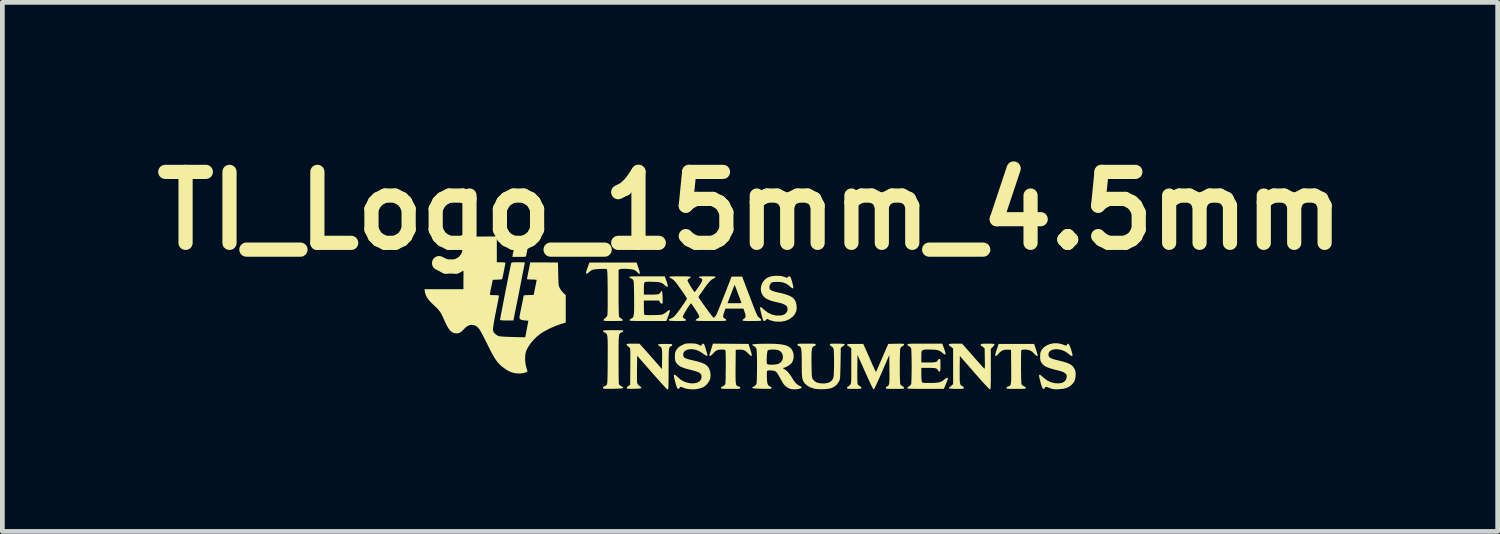
<source format=kicad_pcb>
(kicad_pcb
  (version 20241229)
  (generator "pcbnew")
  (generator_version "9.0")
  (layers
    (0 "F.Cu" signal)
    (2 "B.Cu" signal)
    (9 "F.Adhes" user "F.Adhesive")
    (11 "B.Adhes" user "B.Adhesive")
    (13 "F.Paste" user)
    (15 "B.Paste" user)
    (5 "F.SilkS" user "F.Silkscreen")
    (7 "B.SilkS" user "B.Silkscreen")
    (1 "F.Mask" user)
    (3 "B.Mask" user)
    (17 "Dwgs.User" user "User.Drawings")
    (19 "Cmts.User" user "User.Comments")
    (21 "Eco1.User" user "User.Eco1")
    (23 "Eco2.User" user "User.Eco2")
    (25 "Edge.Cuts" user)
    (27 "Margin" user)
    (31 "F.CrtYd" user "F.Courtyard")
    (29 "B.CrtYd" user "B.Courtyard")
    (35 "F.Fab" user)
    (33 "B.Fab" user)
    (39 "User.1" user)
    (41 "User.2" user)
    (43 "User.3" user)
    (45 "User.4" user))
  (footprint "TI_Logo_15mm_4.5mm"
    (layer "F.Cu")
    (at 12.8 3.563)
    (property "Reference" "TI_Logo_15mm_4.5mm" (at 0 -2.159 0) (layer "F.SilkS") (effects (font (size 1.5 1.5) (thickness 0.3))))
    (attr board_only exclude_from_pos_files exclude_from_bom)
    (fp_poly (pts (xy -4.762 -1.457) (xy -4.72 -1.455) (xy -4.694 -1.452) (xy -4.683 -1.448) (xy -4.683 -1.442) (xy -4.687 -1.425) (xy -4.695 -1.391) (xy -4.704 -1.348) (xy -4.707 -1.331) (xy -4.716 -1.284) (xy -4.724 -1.243) (xy -4.73 -1.215) (xy -4.731 -1.21) (xy -4.734 -1.199) (xy -4.741 -1.192) (xy -4.755 -1.187) (xy -4.781 -1.185) (xy -4.822 -1.184) (xy -4.88 -1.184) (xy -5.024 -1.184) (xy -5.017 -1.215) (xy -5.013 -1.24) (xy -5.005 -1.281) (xy -4.995 -1.329) (xy -4.991 -1.352) (xy -4.971 -1.457) (xy -4.824 -1.457)) (stroke (width 0) (type solid)) (fill yes) (layer "F.SilkS"))
    (fp_poly (pts (xy -4.847 -1.07) (xy -4.803 -1.069) (xy -4.772 -1.068) (xy -4.759 -1.067) (xy -4.759 -1.067) (xy -4.761 -1.054) (xy -4.767 -1.021) (xy -4.776 -0.972) (xy -4.789 -0.91) (xy -4.803 -0.836) (xy -4.819 -0.754) (xy -4.836 -0.666) (xy -4.854 -0.576) (xy -4.871 -0.486) (xy -4.888 -0.4) (xy -4.904 -0.319) (xy -4.919 -0.247) (xy -4.931 -0.186) (xy -4.933 -0.176) (xy -4.948 -0.101) (xy -4.963 -0.031) (xy -4.975 0.03) (xy -4.984 0.078) (xy -4.99 0.11) (xy -4.992 0.117) (xy -4.999 0.159) (xy -5.141 0.159) (xy -5.206 0.159) (xy -5.25 0.156) (xy -5.275 0.152) (xy -5.283 0.146) (xy -5.281 0.132) (xy -5.274 0.097) (xy -5.265 0.046) (xy -5.252 -0.02) (xy -5.237 -0.098) (xy -5.22 -0.186) (xy -5.202 -0.28) (xy -5.183 -0.379) (xy -5.163 -0.48) (xy -5.143 -0.581) (xy -5.124 -0.678) (xy -5.106 -0.769) (xy -5.089 -0.852) (xy -5.074 -0.924) (xy -5.062 -0.983) (xy -5.053 -1.025) (xy -5.049 -1.045) (xy -5.046 -1.055) (xy -5.039 -1.062) (xy -5.024 -1.067) (xy -4.998 -1.069) (xy -4.957 -1.07) (xy -4.901 -1.07)) (stroke (width 0) (type solid)) (fill yes) (layer "F.SilkS"))
    (fp_poly (pts (xy 6.042 0.768) (xy 6.057 0.816) (xy 6.07 0.858) (xy 6.078 0.886) (xy 6.08 0.896) (xy 6.073 0.91) (xy 6.056 0.907) (xy 6.032 0.89) (xy 6.011 0.867) (xy 5.961 0.817) (xy 5.905 0.787) (xy 5.838 0.775) (xy 5.815 0.774) (xy 5.771 0.776) (xy 5.746 0.78) (xy 5.735 0.79) (xy 5.734 0.792) (xy 5.731 0.81) (xy 5.729 0.847) (xy 5.728 0.899) (xy 5.727 0.964) (xy 5.727 1.037) (xy 5.727 1.116) (xy 5.727 1.196) (xy 5.728 1.273) (xy 5.729 1.346) (xy 5.731 1.409) (xy 5.733 1.459) (xy 5.735 1.493) (xy 5.737 1.507) (xy 5.758 1.533) (xy 5.789 1.55) (xy 5.819 1.566) (xy 5.829 1.585) (xy 5.828 1.592) (xy 5.821 1.597) (xy 5.806 1.601) (xy 5.781 1.603) (xy 5.74 1.605) (xy 5.683 1.605) (xy 5.624 1.605) (xy 5.551 1.605) (xy 5.498 1.605) (xy 5.461 1.603) (xy 5.438 1.601) (xy 5.426 1.597) (xy 5.42 1.591) (xy 5.419 1.583) (xy 5.429 1.564) (xy 5.454 1.554) (xy 5.472 1.549) (xy 5.487 1.543) (xy 5.498 1.532) (xy 5.507 1.515) (xy 5.513 1.489) (xy 5.517 1.452) (xy 5.519 1.402) (xy 5.52 1.336) (xy 5.52 1.252) (xy 5.519 1.148) (xy 5.519 1.137) (xy 5.516 0.78) (xy 5.445 0.776) (xy 5.378 0.779) (xy 5.325 0.797) (xy 5.278 0.833) (xy 5.252 0.861) (xy 5.222 0.893) (xy 5.199 0.909) (xy 5.185 0.907) (xy 5.181 0.891) (xy 5.185 0.872) (xy 5.195 0.837) (xy 5.208 0.792) (xy 5.218 0.763) (xy 5.254 0.655) (xy 5.629 0.655) (xy 6.004 0.655)) (stroke (width 0) (type solid)) (fill yes) (layer "F.SilkS"))
    (fp_poly (pts (xy -0.408 0.652) (xy -0.031 0.655) (xy 0.008 0.779) (xy 0.027 0.841) (xy 0.036 0.884) (xy 0.035 0.907) (xy 0.025 0.911) (xy 0.004 0.897) (xy -0.029 0.866) (xy -0.036 0.859) (xy -0.079 0.817) (xy -0.116 0.792) (xy -0.156 0.779) (xy -0.206 0.776) (xy -0.229 0.776) (xy -0.302 0.78) (xy -0.305 1.137) (xy -0.306 1.244) (xy -0.306 1.329) (xy -0.305 1.397) (xy -0.303 1.448) (xy -0.299 1.486) (xy -0.293 1.513) (xy -0.284 1.531) (xy -0.273 1.542) (xy -0.259 1.549) (xy -0.241 1.554) (xy -0.239 1.554) (xy -0.212 1.566) (xy -0.205 1.583) (xy -0.206 1.591) (xy -0.212 1.597) (xy -0.225 1.601) (xy -0.248 1.603) (xy -0.285 1.605) (xy -0.339 1.605) (xy -0.41 1.605) (xy -0.483 1.605) (xy -0.536 1.604) (xy -0.573 1.603) (xy -0.596 1.6) (xy -0.609 1.596) (xy -0.614 1.591) (xy -0.615 1.585) (xy -0.604 1.565) (xy -0.574 1.55) (xy -0.54 1.53) (xy -0.523 1.507) (xy -0.52 1.489) (xy -0.518 1.452) (xy -0.516 1.399) (xy -0.515 1.334) (xy -0.514 1.261) (xy -0.513 1.182) (xy -0.512 1.103) (xy -0.512 1.025) (xy -0.513 0.953) (xy -0.514 0.89) (xy -0.515 0.839) (xy -0.517 0.806) (xy -0.519 0.792) (xy -0.529 0.782) (xy -0.551 0.776) (xy -0.591 0.774) (xy -0.599 0.774) (xy -0.658 0.778) (xy -0.703 0.792) (xy -0.743 0.819) (xy -0.783 0.861) (xy -0.814 0.893) (xy -0.836 0.907) (xy -0.848 0.907) (xy -0.861 0.897) (xy -0.862 0.891) (xy -0.856 0.877) (xy -0.846 0.846) (xy -0.832 0.804) (xy -0.82 0.765) (xy -0.784 0.649)) (stroke (width 0) (type solid)) (fill yes) (layer "F.SilkS"))
    (fp_poly (pts (xy -2.814 0.365) (xy -2.757 0.366) (xy -2.717 0.367) (xy -2.692 0.37) (xy -2.679 0.374) (xy -2.675 0.38) (xy -2.685 0.395) (xy -2.708 0.409) (xy -2.71 0.41) (xy -2.726 0.417) (xy -2.739 0.423) (xy -2.749 0.432) (xy -2.758 0.445) (xy -2.765 0.465) (xy -2.77 0.493) (xy -2.773 0.53) (xy -2.776 0.58) (xy -2.777 0.645) (xy -2.778 0.725) (xy -2.778 0.824) (xy -2.778 0.943) (xy -2.778 0.981) (xy -2.778 1.087) (xy -2.777 1.186) (xy -2.777 1.276) (xy -2.776 1.355) (xy -2.775 1.42) (xy -2.773 1.469) (xy -2.772 1.499) (xy -2.771 1.508) (xy -2.757 1.524) (xy -2.73 1.543) (xy -2.719 1.549) (xy -2.692 1.565) (xy -2.679 1.577) (xy -2.68 1.586) (xy -2.699 1.592) (xy -2.735 1.597) (xy -2.791 1.6) (xy -2.868 1.602) (xy -2.896 1.603) (xy -2.97 1.604) (xy -3.025 1.604) (xy -3.063 1.603) (xy -3.087 1.601) (xy -3.1 1.598) (xy -3.107 1.593) (xy -3.108 1.585) (xy -3.108 1.583) (xy -3.098 1.562) (xy -3.08 1.553) (xy -3.051 1.539) (xy -3.032 1.523) (xy -3.027 1.517) (xy -3.023 1.507) (xy -3.019 1.492) (xy -3.017 1.47) (xy -3.014 1.439) (xy -3.013 1.397) (xy -3.011 1.342) (xy -3.01 1.271) (xy -3.009 1.182) (xy -3.008 1.074) (xy -3.008 1.009) (xy -3.007 0.881) (xy -3.007 0.773) (xy -3.007 0.685) (xy -3.008 0.613) (xy -3.01 0.556) (xy -3.013 0.512) (xy -3.018 0.48) (xy -3.025 0.456) (xy -3.033 0.44) (xy -3.044 0.428) (xy -3.056 0.42) (xy -3.069 0.415) (xy -3.095 0.4) (xy -3.108 0.384) (xy -3.108 0.381) (xy -3.105 0.375) (xy -3.095 0.371) (xy -3.073 0.368) (xy -3.039 0.366) (xy -2.988 0.365) (xy -2.918 0.364) (xy -2.892 0.364)) (stroke (width 0) (type solid)) (fill yes) (layer "F.SilkS"))
    (fp_poly (pts (xy -2.358 -0.953) (xy -2.34 -0.896) (xy -2.33 -0.857) (xy -2.329 -0.835) (xy -2.332 -0.829) (xy -2.345 -0.826) (xy -2.365 -0.842) (xy -2.375 -0.854) (xy -2.406 -0.883) (xy -2.441 -0.905) (xy -2.447 -0.908) (xy -2.479 -0.917) (xy -2.525 -0.924) (xy -2.579 -0.929) (xy -2.634 -0.932) (xy -2.686 -0.932) (xy -2.728 -0.929) (xy -2.753 -0.924) (xy -2.753 -0.923) (xy -2.778 -0.91) (xy -2.778 -0.426) (xy -2.778 -0.295) (xy -2.777 -0.182) (xy -2.775 -0.088) (xy -2.774 -0.014) (xy -2.771 0.04) (xy -2.768 0.071) (xy -2.766 0.08) (xy -2.748 0.101) (xy -2.721 0.12) (xy -2.698 0.136) (xy -2.687 0.153) (xy -2.687 0.154) (xy -2.69 0.16) (xy -2.701 0.165) (xy -2.723 0.168) (xy -2.759 0.169) (xy -2.812 0.17) (xy -2.884 0.171) (xy -2.892 0.171) (xy -2.965 0.171) (xy -3.018 0.17) (xy -3.055 0.168) (xy -3.078 0.166) (xy -3.091 0.162) (xy -3.096 0.156) (xy -3.096 0.151) (xy -3.087 0.132) (xy -3.065 0.111) (xy -3.06 0.108) (xy -3.028 0.077) (xy -3.014 0.048) (xy -3.012 0.029) (xy -3.011 -0.011) (xy -3.009 -0.067) (xy -3.008 -0.139) (xy -3.008 -0.223) (xy -3.008 -0.316) (xy -3.008 -0.416) (xy -3.008 -0.45) (xy -3.009 -0.567) (xy -3.01 -0.663) (xy -3.011 -0.74) (xy -3.013 -0.8) (xy -3.015 -0.846) (xy -3.017 -0.879) (xy -3.02 -0.901) (xy -3.023 -0.915) (xy -3.027 -0.922) (xy -3.028 -0.923) (xy -3.049 -0.929) (xy -3.086 -0.931) (xy -3.134 -0.931) (xy -3.188 -0.929) (xy -3.242 -0.925) (xy -3.289 -0.919) (xy -3.325 -0.912) (xy -3.336 -0.908) (xy -3.37 -0.888) (xy -3.405 -0.861) (xy -3.41 -0.856) (xy -3.438 -0.833) (xy -3.458 -0.829) (xy -3.46 -0.83) (xy -3.465 -0.839) (xy -3.465 -0.856) (xy -3.458 -0.885) (xy -3.443 -0.931) (xy -3.435 -0.952) (xy -3.395 -1.065) (xy -2.896 -1.065) (xy -2.397 -1.065)) (stroke (width 0) (type solid)) (fill yes) (layer "F.SilkS"))
    (fp_poly (pts (xy 4.705 0.903) (xy 4.762 0.968) (xy 4.815 1.028) (xy 4.862 1.08) (xy 4.9 1.123) (xy 4.929 1.154) (xy 4.945 1.171) (xy 4.947 1.173) (xy 4.953 1.177) (xy 4.958 1.175) (xy 4.961 1.164) (xy 4.963 1.142) (xy 4.964 1.106) (xy 4.963 1.053) (xy 4.962 0.98) (xy 4.962 0.969) (xy 4.958 0.749) (xy 4.928 0.723) (xy 4.903 0.704) (xy 4.884 0.693) (xy 4.883 0.692) (xy 4.874 0.679) (xy 4.876 0.668) (xy 4.882 0.66) (xy 4.895 0.655) (xy 4.918 0.651) (xy 4.955 0.65) (xy 5.011 0.649) (xy 5.026 0.649) (xy 5.091 0.65) (xy 5.135 0.652) (xy 5.16 0.658) (xy 5.168 0.669) (xy 5.161 0.685) (xy 5.14 0.709) (xy 5.129 0.721) (xy 5.089 0.761) (xy 5.089 1.189) (xy 5.089 1.299) (xy 5.089 1.388) (xy 5.088 1.459) (xy 5.087 1.514) (xy 5.086 1.554) (xy 5.084 1.582) (xy 5.082 1.601) (xy 5.078 1.611) (xy 5.074 1.615) (xy 5.069 1.616) (xy 5.057 1.607) (xy 5.032 1.583) (xy 4.995 1.544) (xy 4.947 1.493) (xy 4.891 1.431) (xy 4.827 1.359) (xy 4.757 1.28) (xy 4.742 1.262) (xy 4.434 0.91) (xy 4.431 1.197) (xy 4.431 1.291) (xy 4.431 1.366) (xy 4.432 1.423) (xy 4.435 1.466) (xy 4.441 1.496) (xy 4.449 1.518) (xy 4.461 1.532) (xy 4.476 1.543) (xy 4.492 1.551) (xy 4.513 1.567) (xy 4.52 1.584) (xy 4.518 1.593) (xy 4.511 1.599) (xy 4.494 1.602) (xy 4.465 1.604) (xy 4.42 1.605) (xy 4.367 1.605) (xy 4.296 1.604) (xy 4.246 1.602) (xy 4.216 1.597) (xy 4.205 1.592) (xy 4.207 1.576) (xy 4.218 1.566) (xy 4.242 1.549) (xy 4.266 1.529) (xy 4.292 1.504) (xy 4.292 1.129) (xy 4.292 0.753) (xy 4.258 0.725) (xy 4.233 0.705) (xy 4.213 0.693) (xy 4.211 0.692) (xy 4.202 0.679) (xy 4.204 0.668) (xy 4.21 0.66) (xy 4.223 0.654) (xy 4.247 0.651) (xy 4.286 0.649) (xy 4.344 0.649) (xy 4.347 0.649) (xy 4.482 0.649)) (stroke (width 0) (type solid)) (fill yes) (layer "F.SilkS"))
    (fp_poly (pts (xy -2.247 0.749) (xy -2.209 0.791) (xy -2.161 0.845) (xy -2.107 0.906) (xy -2.052 0.969) (xy -2.009 1.017) (xy -1.861 1.186) (xy -1.858 0.994) (xy -1.857 0.911) (xy -1.857 0.847) (xy -1.859 0.799) (xy -1.863 0.765) (xy -1.871 0.741) (xy -1.881 0.724) (xy -1.896 0.711) (xy -1.908 0.704) (xy -1.934 0.686) (xy -1.944 0.674) (xy -1.936 0.664) (xy -1.91 0.659) (xy -1.863 0.656) (xy -1.796 0.655) (xy -1.792 0.655) (xy -1.731 0.655) (xy -1.69 0.656) (xy -1.663 0.659) (xy -1.649 0.664) (xy -1.643 0.671) (xy -1.642 0.674) (xy -1.648 0.692) (xy -1.662 0.7) (xy -1.676 0.705) (xy -1.688 0.713) (xy -1.698 0.724) (xy -1.705 0.741) (xy -1.711 0.767) (xy -1.715 0.803) (xy -1.717 0.852) (xy -1.719 0.916) (xy -1.72 0.997) (xy -1.72 1.098) (xy -1.72 1.173) (xy -1.721 1.268) (xy -1.721 1.356) (xy -1.722 1.435) (xy -1.723 1.501) (xy -1.724 1.553) (xy -1.726 1.587) (xy -1.727 1.601) (xy -1.74 1.615) (xy -1.747 1.617) (xy -1.757 1.608) (xy -1.781 1.585) (xy -1.816 1.547) (xy -1.861 1.498) (xy -1.915 1.439) (xy -1.975 1.371) (xy -2.041 1.298) (xy -2.073 1.261) (xy -2.385 0.904) (xy -2.388 1.172) (xy -2.389 1.25) (xy -2.389 1.323) (xy -2.389 1.386) (xy -2.388 1.435) (xy -2.386 1.468) (xy -2.385 1.477) (xy -2.372 1.51) (xy -2.342 1.538) (xy -2.333 1.545) (xy -2.307 1.565) (xy -2.293 1.581) (xy -2.292 1.587) (xy -2.305 1.593) (xy -2.34 1.598) (xy -2.395 1.601) (xy -2.452 1.603) (xy -2.514 1.604) (xy -2.557 1.604) (xy -2.584 1.602) (xy -2.599 1.599) (xy -2.606 1.593) (xy -2.607 1.586) (xy -2.597 1.567) (xy -2.575 1.546) (xy -2.57 1.542) (xy -2.533 1.519) (xy -2.53 1.15) (xy -2.529 1.059) (xy -2.529 0.975) (xy -2.529 0.9) (xy -2.53 0.838) (xy -2.531 0.791) (xy -2.532 0.762) (xy -2.533 0.755) (xy -2.547 0.732) (xy -2.571 0.711) (xy -2.573 0.71) (xy -2.596 0.691) (xy -2.607 0.671) (xy -2.607 0.669) (xy -2.605 0.661) (xy -2.597 0.655) (xy -2.578 0.651) (xy -2.546 0.65) (xy -2.495 0.649) (xy -2.472 0.649) (xy -2.336 0.649)) (stroke (width 0) (type solid)) (fill yes) (layer "F.SilkS"))
    (fp_poly (pts (xy 0.66 -0.78) (xy 0.711 -0.767) (xy 0.712 -0.767) (xy 0.754 -0.752) (xy 0.779 -0.744) (xy 0.792 -0.743) (xy 0.797 -0.749) (xy 0.797 -0.757) (xy 0.804 -0.77) (xy 0.826 -0.772) (xy 0.827 -0.772) (xy 0.841 -0.769) (xy 0.852 -0.761) (xy 0.862 -0.743) (xy 0.873 -0.712) (xy 0.887 -0.664) (xy 0.891 -0.651) (xy 0.907 -0.589) (xy 0.915 -0.547) (xy 0.913 -0.524) (xy 0.902 -0.518) (xy 0.88 -0.53) (xy 0.848 -0.556) (xy 0.793 -0.6) (xy 0.742 -0.629) (xy 0.687 -0.646) (xy 0.623 -0.654) (xy 0.577 -0.655) (xy 0.525 -0.654) (xy 0.491 -0.653) (xy 0.469 -0.648) (xy 0.454 -0.64) (xy 0.441 -0.627) (xy 0.437 -0.623) (xy 0.415 -0.582) (xy 0.41 -0.546) (xy 0.413 -0.513) (xy 0.426 -0.493) (xy 0.446 -0.479) (xy 0.475 -0.466) (xy 0.517 -0.451) (xy 0.565 -0.439) (xy 0.568 -0.438) (xy 0.675 -0.414) (xy 0.762 -0.389) (xy 0.83 -0.364) (xy 0.883 -0.336) (xy 0.922 -0.305) (xy 0.95 -0.268) (xy 0.969 -0.224) (xy 0.98 -0.179) (xy 0.987 -0.099) (xy 0.975 -0.031) (xy 0.945 0.031) (xy 0.907 0.075) (xy 0.835 0.131) (xy 0.751 0.167) (xy 0.657 0.185) (xy 0.552 0.183) (xy 0.532 0.181) (xy 0.483 0.171) (xy 0.434 0.156) (xy 0.412 0.148) (xy 0.359 0.124) (xy 0.34 0.147) (xy 0.318 0.165) (xy 0.299 0.171) (xy 0.289 0.168) (xy 0.28 0.156) (xy 0.27 0.132) (xy 0.258 0.094) (xy 0.243 0.037) (xy 0.24 0.027) (xy 0.224 -0.039) (xy 0.215 -0.085) (xy 0.212 -0.113) (xy 0.216 -0.125) (xy 0.216 -0.125) (xy 0.23 -0.122) (xy 0.256 -0.105) (xy 0.288 -0.076) (xy 0.292 -0.072) (xy 0.374 -0.008) (xy 0.462 0.034) (xy 0.555 0.055) (xy 0.653 0.054) (xy 0.665 0.052) (xy 0.72 0.035) (xy 0.761 0.004) (xy 0.787 -0.036) (xy 0.795 -0.083) (xy 0.786 -0.125) (xy 0.764 -0.154) (xy 0.725 -0.179) (xy 0.667 -0.202) (xy 0.588 -0.221) (xy 0.586 -0.222) (xy 0.488 -0.245) (xy 0.411 -0.269) (xy 0.352 -0.296) (xy 0.314 -0.321) (xy 0.267 -0.373) (xy 0.238 -0.434) (xy 0.227 -0.499) (xy 0.234 -0.565) (xy 0.256 -0.628) (xy 0.294 -0.685) (xy 0.347 -0.732) (xy 0.406 -0.762) (xy 0.46 -0.776) (xy 0.526 -0.784) (xy 0.596 -0.785)) (stroke (width 0) (type solid)) (fill yes) (layer "F.SilkS"))
    (fp_poly (pts (xy 1.895 0.65) (xy 1.943 0.652) (xy 1.978 0.655) (xy 1.996 0.659) (xy 1.998 0.66) (xy 2 0.668) (xy 1.994 0.678) (xy 1.976 0.694) (xy 1.947 0.716) (xy 1.918 0.738) (xy 1.913 1.066) (xy 1.911 1.162) (xy 1.909 1.237) (xy 1.907 1.296) (xy 1.905 1.34) (xy 1.902 1.373) (xy 1.899 1.398) (xy 1.894 1.417) (xy 1.887 1.434) (xy 1.88 1.449) (xy 1.837 1.512) (xy 1.777 1.562) (xy 1.72 1.589) (xy 1.674 1.6) (xy 1.612 1.608) (xy 1.542 1.612) (xy 1.471 1.612) (xy 1.406 1.608) (xy 1.353 1.6) (xy 1.351 1.599) (xy 1.279 1.575) (xy 1.215 1.54) (xy 1.166 1.499) (xy 1.155 1.486) (xy 1.137 1.461) (xy 1.123 1.435) (xy 1.112 1.407) (xy 1.104 1.372) (xy 1.099 1.328) (xy 1.095 1.271) (xy 1.094 1.2) (xy 1.093 1.109) (xy 1.093 1.068) (xy 1.093 0.968) (xy 1.091 0.888) (xy 1.088 0.826) (xy 1.084 0.78) (xy 1.077 0.747) (xy 1.068 0.724) (xy 1.055 0.71) (xy 1.039 0.702) (xy 1.031 0.699) (xy 1.007 0.686) (xy 1.002 0.67) (xy 1.003 0.663) (xy 1.009 0.657) (xy 1.023 0.653) (xy 1.048 0.651) (xy 1.087 0.649) (xy 1.143 0.649) (xy 1.195 0.649) (xy 1.266 0.649) (xy 1.317 0.65) (xy 1.352 0.651) (xy 1.373 0.654) (xy 1.384 0.658) (xy 1.388 0.665) (xy 1.389 0.67) (xy 1.379 0.691) (xy 1.36 0.699) (xy 1.342 0.706) (xy 1.327 0.717) (xy 1.317 0.736) (xy 1.309 0.764) (xy 1.303 0.805) (xy 1.3 0.859) (xy 1.299 0.931) (xy 1.299 1.021) (xy 1.3 1.074) (xy 1.301 1.163) (xy 1.303 1.233) (xy 1.304 1.285) (xy 1.307 1.324) (xy 1.31 1.352) (xy 1.314 1.372) (xy 1.32 1.387) (xy 1.327 1.4) (xy 1.362 1.442) (xy 1.41 1.47) (xy 1.475 1.486) (xy 1.482 1.487) (xy 1.571 1.491) (xy 1.645 1.479) (xy 1.702 1.453) (xy 1.742 1.412) (xy 1.763 1.361) (xy 1.768 1.333) (xy 1.771 1.286) (xy 1.773 1.226) (xy 1.775 1.157) (xy 1.776 1.082) (xy 1.776 1.006) (xy 1.775 0.933) (xy 1.773 0.867) (xy 1.771 0.812) (xy 1.767 0.772) (xy 1.764 0.754) (xy 1.742 0.72) (xy 1.718 0.704) (xy 1.695 0.687) (xy 1.685 0.669) (xy 1.685 0.669) (xy 1.687 0.661) (xy 1.695 0.655) (xy 1.713 0.652) (xy 1.744 0.65) (xy 1.792 0.649) (xy 1.838 0.649)) (stroke (width 0) (type solid)) (fill yes) (layer "F.SilkS"))
    (fp_poly (pts (xy 6.577 0.656) (xy 6.586 0.66) (xy 6.625 0.673) (xy 6.657 0.685) (xy 6.673 0.69) (xy 6.69 0.687) (xy 6.698 0.672) (xy 6.711 0.652) (xy 6.725 0.651) (xy 6.738 0.663) (xy 6.754 0.693) (xy 6.773 0.736) (xy 6.79 0.788) (xy 6.806 0.845) (xy 6.813 0.874) (xy 6.815 0.902) (xy 6.803 0.911) (xy 6.779 0.903) (xy 6.744 0.876) (xy 6.739 0.871) (xy 6.664 0.817) (xy 6.581 0.782) (xy 6.495 0.767) (xy 6.435 0.768) (xy 6.376 0.783) (xy 6.334 0.81) (xy 6.311 0.848) (xy 6.307 0.877) (xy 6.309 0.904) (xy 6.318 0.926) (xy 6.335 0.944) (xy 6.364 0.96) (xy 6.408 0.976) (xy 6.469 0.993) (xy 6.528 1.007) (xy 6.62 1.03) (xy 6.692 1.053) (xy 6.748 1.076) (xy 6.79 1.102) (xy 6.823 1.131) (xy 6.848 1.166) (xy 6.85 1.17) (xy 6.867 1.202) (xy 6.877 1.233) (xy 6.881 1.27) (xy 6.882 1.309) (xy 6.875 1.383) (xy 6.856 1.443) (xy 6.82 1.495) (xy 6.785 1.529) (xy 6.735 1.565) (xy 6.678 1.589) (xy 6.61 1.605) (xy 6.525 1.612) (xy 6.524 1.613) (xy 6.468 1.614) (xy 6.426 1.612) (xy 6.39 1.606) (xy 6.35 1.594) (xy 6.336 1.589) (xy 6.291 1.573) (xy 6.263 1.564) (xy 6.247 1.563) (xy 6.239 1.567) (xy 6.235 1.578) (xy 6.233 1.583) (xy 6.218 1.602) (xy 6.201 1.603) (xy 6.19 1.599) (xy 6.18 1.587) (xy 6.17 1.565) (xy 6.157 1.528) (xy 6.141 1.473) (xy 6.138 1.46) (xy 6.12 1.391) (xy 6.11 1.343) (xy 6.109 1.315) (xy 6.117 1.304) (xy 6.136 1.311) (xy 6.165 1.334) (xy 6.198 1.363) (xy 6.273 1.423) (xy 6.352 1.462) (xy 6.44 1.484) (xy 6.465 1.487) (xy 6.54 1.488) (xy 6.603 1.474) (xy 6.65 1.446) (xy 6.68 1.405) (xy 6.691 1.363) (xy 6.693 1.329) (xy 6.688 1.306) (xy 6.671 1.285) (xy 6.662 1.277) (xy 6.644 1.263) (xy 6.62 1.25) (xy 6.586 1.237) (xy 6.538 1.223) (xy 6.472 1.206) (xy 6.461 1.204) (xy 6.373 1.18) (xy 6.304 1.158) (xy 6.25 1.135) (xy 6.21 1.109) (xy 6.179 1.079) (xy 6.162 1.056) (xy 6.145 1.028) (xy 6.136 1.001) (xy 6.132 0.967) (xy 6.131 0.922) (xy 6.132 0.874) (xy 6.137 0.84) (xy 6.147 0.811) (xy 6.165 0.779) (xy 6.209 0.727) (xy 6.27 0.686) (xy 6.341 0.657) (xy 6.419 0.641) (xy 6.499 0.641)) (stroke (width 0) (type solid)) (fill yes) (layer "F.SilkS"))
    (fp_poly (pts (xy -1.765 -0.671) (xy -1.746 -0.612) (xy -1.738 -0.573) (xy -1.74 -0.553) (xy -1.754 -0.552) (xy -1.78 -0.568) (xy -1.793 -0.579) (xy -1.827 -0.608) (xy -1.859 -0.628) (xy -1.892 -0.642) (xy -1.932 -0.65) (xy -1.984 -0.655) (xy -2.053 -0.658) (xy -2.058 -0.658) (xy -2.129 -0.659) (xy -2.179 -0.658) (xy -2.21 -0.655) (xy -2.226 -0.649) (xy -2.234 -0.636) (xy -2.239 -0.613) (xy -2.242 -0.574) (xy -2.243 -0.517) (xy -2.243 -0.511) (xy -2.243 -0.387) (xy -2.103 -0.387) (xy -2.034 -0.388) (xy -1.983 -0.39) (xy -1.948 -0.394) (xy -1.925 -0.402) (xy -1.909 -0.413) (xy -1.897 -0.43) (xy -1.894 -0.435) (xy -1.879 -0.459) (xy -1.867 -0.465) (xy -1.858 -0.451) (xy -1.852 -0.417) (xy -1.848 -0.361) (xy -1.847 -0.326) (xy -1.846 -0.269) (xy -1.846 -0.232) (xy -1.848 -0.209) (xy -1.853 -0.197) (xy -1.86 -0.194) (xy -1.864 -0.194) (xy -1.883 -0.203) (xy -1.902 -0.225) (xy -1.904 -0.228) (xy -1.923 -0.262) (xy -2.083 -0.262) (xy -2.243 -0.262) (xy -2.243 -0.115) (xy -2.242 -0.059) (xy -2.24 -0.012) (xy -2.237 0.022) (xy -2.234 0.038) (xy -2.233 0.039) (xy -2.216 0.042) (xy -2.181 0.045) (xy -2.134 0.046) (xy -2.078 0.046) (xy -2.02 0.045) (xy -1.963 0.044) (xy -1.914 0.041) (xy -1.877 0.038) (xy -1.859 0.035) (xy -1.825 0.02) (xy -1.786 -0.004) (xy -1.76 -0.024) (xy -1.726 -0.052) (xy -1.704 -0.062) (xy -1.694 -0.056) (xy -1.695 -0.032) (xy -1.708 0.012) (xy -1.726 0.061) (xy -1.768 0.171) (xy -2.159 0.171) (xy -2.265 0.171) (xy -2.35 0.17) (xy -2.417 0.17) (xy -2.468 0.168) (xy -2.504 0.167) (xy -2.528 0.164) (xy -2.543 0.161) (xy -2.549 0.157) (xy -2.55 0.154) (xy -2.541 0.139) (xy -2.517 0.123) (xy -2.511 0.121) (xy -2.494 0.112) (xy -2.48 0.101) (xy -2.47 0.086) (xy -2.461 0.063) (xy -2.456 0.031) (xy -2.452 -0.013) (xy -2.449 -0.07) (xy -2.449 -0.144) (xy -2.449 -0.237) (xy -2.45 -0.332) (xy -2.451 -0.431) (xy -2.452 -0.51) (xy -2.454 -0.571) (xy -2.455 -0.617) (xy -2.458 -0.65) (xy -2.461 -0.673) (xy -2.465 -0.688) (xy -2.47 -0.698) (xy -2.474 -0.704) (xy -2.501 -0.724) (xy -2.523 -0.734) (xy -2.544 -0.745) (xy -2.55 -0.757) (xy -2.548 -0.762) (xy -2.539 -0.766) (xy -2.521 -0.769) (xy -2.493 -0.771) (xy -2.451 -0.772) (xy -2.394 -0.773) (xy -2.32 -0.774) (xy -2.226 -0.774) (xy -2.176 -0.774) (xy -1.802 -0.774)) (stroke (width 0) (type solid)) (fill yes) (layer "F.SilkS"))
    (fp_poly (pts (xy -1.197 0.645) (xy -1.156 0.649) (xy -1.124 0.656) (xy -1.094 0.669) (xy -1.094 0.669) (xy -1.058 0.686) (xy -1.038 0.693) (xy -1.027 0.689) (xy -1.02 0.675) (xy -1.019 0.672) (xy -1.004 0.653) (xy -0.99 0.649) (xy -0.977 0.654) (xy -0.966 0.671) (xy -0.953 0.704) (xy -0.945 0.731) (xy -0.932 0.777) (xy -0.919 0.818) (xy -0.91 0.846) (xy -0.91 0.847) (xy -0.9 0.885) (xy -0.901 0.905) (xy -0.914 0.908) (xy -0.941 0.895) (xy -0.982 0.867) (xy -1.063 0.814) (xy -1.14 0.781) (xy -1.215 0.766) (xy -1.284 0.768) (xy -1.342 0.783) (xy -1.384 0.809) (xy -1.407 0.846) (xy -1.412 0.875) (xy -1.409 0.906) (xy -1.404 0.927) (xy -1.403 0.929) (xy -1.379 0.949) (xy -1.335 0.969) (xy -1.269 0.988) (xy -1.213 1.001) (xy -1.112 1.025) (xy -1.031 1.05) (xy -0.968 1.076) (xy -0.92 1.106) (xy -0.886 1.141) (xy -0.865 1.174) (xy -0.842 1.238) (xy -0.833 1.311) (xy -0.839 1.381) (xy -0.842 1.394) (xy -0.864 1.442) (xy -0.898 1.492) (xy -0.94 1.536) (xy -0.982 1.567) (xy -0.983 1.568) (xy -1.057 1.595) (xy -1.142 1.612) (xy -1.233 1.615) (xy -1.321 1.606) (xy -1.353 1.599) (xy -1.391 1.588) (xy -1.422 1.576) (xy -1.434 1.571) (xy -1.462 1.561) (xy -1.478 1.567) (xy -1.486 1.583) (xy -1.501 1.602) (xy -1.518 1.603) (xy -1.529 1.599) (xy -1.539 1.587) (xy -1.549 1.565) (xy -1.561 1.529) (xy -1.576 1.474) (xy -1.581 1.459) (xy -1.598 1.391) (xy -1.608 1.343) (xy -1.609 1.315) (xy -1.601 1.304) (xy -1.584 1.309) (xy -1.556 1.33) (xy -1.534 1.35) (xy -1.478 1.4) (xy -1.426 1.435) (xy -1.374 1.459) (xy -1.326 1.474) (xy -1.249 1.488) (xy -1.178 1.487) (xy -1.118 1.474) (xy -1.071 1.449) (xy -1.039 1.413) (xy -1.025 1.368) (xy -1.025 1.357) (xy -1.026 1.326) (xy -1.034 1.301) (xy -1.049 1.28) (xy -1.074 1.261) (xy -1.112 1.244) (xy -1.166 1.227) (xy -1.237 1.208) (xy -1.307 1.19) (xy -1.393 1.166) (xy -1.459 1.14) (xy -1.51 1.108) (xy -1.547 1.07) (xy -1.557 1.056) (xy -1.574 1.028) (xy -1.583 1.001) (xy -1.587 0.967) (xy -1.588 0.922) (xy -1.587 0.874) (xy -1.582 0.84) (xy -1.572 0.812) (xy -1.554 0.779) (xy -1.554 0.779) (xy -1.529 0.745) (xy -1.5 0.718) (xy -1.46 0.693) (xy -1.441 0.683) (xy -1.403 0.664) (xy -1.372 0.653) (xy -1.341 0.646) (xy -1.302 0.644) (xy -1.254 0.644)) (stroke (width 0) (type solid)) (fill yes) (layer "F.SilkS"))
    (fp_poly (pts (xy 4.103 0.76) (xy 4.123 0.818) (xy 4.132 0.857) (xy 4.13 0.877) (xy 4.117 0.88) (xy 4.093 0.865) (xy 4.077 0.852) (xy 4.04 0.822) (xy 4.005 0.801) (xy 3.965 0.787) (xy 3.916 0.779) (xy 3.853 0.775) (xy 3.794 0.774) (xy 3.728 0.774) (xy 3.681 0.777) (xy 3.65 0.785) (xy 3.632 0.801) (xy 3.623 0.829) (xy 3.621 0.871) (xy 3.62 0.931) (xy 3.62 0.933) (xy 3.62 1.047) (xy 3.76 1.047) (xy 3.829 1.047) (xy 3.88 1.045) (xy 3.915 1.04) (xy 3.939 1.033) (xy 3.954 1.021) (xy 3.966 1.005) (xy 3.969 1) (xy 3.988 0.975) (xy 4.005 0.97) (xy 4.014 0.974) (xy 4.019 0.986) (xy 4.023 1.008) (xy 4.024 1.046) (xy 4.025 1.102) (xy 4.025 1.104) (xy 4.024 1.161) (xy 4.023 1.199) (xy 4.019 1.222) (xy 4.014 1.234) (xy 4.006 1.239) (xy 4.005 1.239) (xy 3.986 1.232) (xy 3.969 1.209) (xy 3.958 1.191) (xy 3.944 1.178) (xy 3.922 1.17) (xy 3.891 1.165) (xy 3.845 1.162) (xy 3.78 1.161) (xy 3.76 1.161) (xy 3.62 1.161) (xy 3.62 1.299) (xy 3.621 1.354) (xy 3.624 1.403) (xy 3.628 1.439) (xy 3.632 1.458) (xy 3.639 1.467) (xy 3.65 1.473) (xy 3.669 1.477) (xy 3.701 1.479) (xy 3.748 1.48) (xy 3.798 1.48) (xy 3.881 1.479) (xy 3.946 1.475) (xy 3.996 1.467) (xy 4.036 1.454) (xy 4.071 1.436) (xy 4.103 1.41) (xy 4.104 1.409) (xy 4.137 1.384) (xy 4.162 1.371) (xy 4.173 1.37) (xy 4.179 1.374) (xy 4.182 1.381) (xy 4.18 1.395) (xy 4.173 1.418) (xy 4.159 1.454) (xy 4.137 1.506) (xy 4.121 1.546) (xy 4.096 1.605) (xy 3.71 1.605) (xy 3.606 1.605) (xy 3.523 1.605) (xy 3.457 1.604) (xy 3.408 1.603) (xy 3.373 1.602) (xy 3.349 1.6) (xy 3.335 1.597) (xy 3.327 1.593) (xy 3.325 1.588) (xy 3.324 1.585) (xy 3.335 1.566) (xy 3.358 1.552) (xy 3.388 1.532) (xy 3.404 1.509) (xy 3.407 1.489) (xy 3.41 1.448) (xy 3.412 1.39) (xy 3.414 1.315) (xy 3.415 1.227) (xy 3.416 1.127) (xy 3.416 1.127) (xy 3.415 1.028) (xy 3.414 0.939) (xy 3.412 0.865) (xy 3.41 0.806) (xy 3.407 0.766) (xy 3.404 0.745) (xy 3.404 0.745) (xy 3.384 0.718) (xy 3.358 0.702) (xy 3.333 0.687) (xy 3.324 0.669) (xy 3.326 0.664) (xy 3.331 0.659) (xy 3.342 0.656) (xy 3.362 0.653) (xy 3.392 0.651) (xy 3.436 0.65) (xy 3.495 0.649) (xy 3.571 0.649) (xy 3.668 0.649) (xy 3.693 0.649) (xy 4.062 0.649)) (stroke (width 0) (type solid)) (fill yes) (layer "F.SilkS"))
    (fp_poly (pts (xy 0.537 0.654) (xy 0.628 0.661) (xy 0.702 0.672) (xy 0.762 0.687) (xy 0.81 0.708) (xy 0.848 0.734) (xy 0.878 0.766) (xy 0.885 0.776) (xy 0.912 0.834) (xy 0.923 0.9) (xy 0.919 0.966) (xy 0.899 1.027) (xy 0.873 1.067) (xy 0.841 1.096) (xy 0.798 1.124) (xy 0.753 1.147) (xy 0.714 1.16) (xy 0.7 1.161) (xy 0.694 1.166) (xy 0.709 1.179) (xy 0.735 1.194) (xy 0.777 1.225) (xy 0.819 1.27) (xy 0.864 1.332) (xy 0.913 1.412) (xy 0.963 1.48) (xy 1.02 1.527) (xy 1.05 1.542) (xy 1.077 1.556) (xy 1.092 1.569) (xy 1.093 1.572) (xy 1.082 1.587) (xy 1.055 1.6) (xy 1.014 1.609) (xy 0.967 1.614) (xy 0.918 1.615) (xy 0.873 1.61) (xy 0.851 1.605) (xy 0.797 1.581) (xy 0.747 1.546) (xy 0.715 1.511) (xy 0.698 1.486) (xy 0.675 1.447) (xy 0.649 1.399) (xy 0.632 1.368) (xy 0.605 1.321) (xy 0.579 1.28) (xy 0.557 1.25) (xy 0.546 1.239) (xy 0.521 1.227) (xy 0.484 1.219) (xy 0.443 1.214) (xy 0.404 1.214) (xy 0.374 1.218) (xy 0.359 1.227) (xy 0.359 1.227) (xy 0.357 1.244) (xy 0.356 1.278) (xy 0.356 1.324) (xy 0.356 1.364) (xy 0.36 1.435) (xy 0.367 1.487) (xy 0.381 1.522) (xy 0.401 1.544) (xy 0.427 1.555) (xy 0.45 1.569) (xy 0.455 1.584) (xy 0.454 1.592) (xy 0.449 1.597) (xy 0.436 1.601) (xy 0.413 1.603) (xy 0.376 1.604) (xy 0.322 1.604) (xy 0.254 1.603) (xy 0.172 1.601) (xy 0.112 1.598) (xy 0.071 1.593) (xy 0.05 1.586) (xy 0.046 1.577) (xy 0.059 1.566) (xy 0.084 1.552) (xy 0.12 1.526) (xy 0.136 1.499) (xy 0.14 1.478) (xy 0.142 1.437) (xy 0.145 1.381) (xy 0.146 1.313) (xy 0.147 1.237) (xy 0.148 1.156) (xy 0.148 1.074) (xy 0.147 0.994) (xy 0.147 0.994) (xy 0.352 0.994) (xy 0.352 1.037) (xy 0.355 1.068) (xy 0.357 1.076) (xy 0.372 1.086) (xy 0.403 1.092) (xy 0.446 1.094) (xy 0.494 1.093) (xy 0.543 1.088) (xy 0.585 1.08) (xy 0.61 1.071) (xy 0.654 1.041) (xy 0.682 0.998) (xy 0.695 0.949) (xy 0.693 0.898) (xy 0.676 0.851) (xy 0.643 0.812) (xy 0.608 0.79) (xy 0.573 0.78) (xy 0.528 0.775) (xy 0.479 0.774) (xy 0.433 0.776) (xy 0.396 0.782) (xy 0.375 0.792) (xy 0.374 0.793) (xy 0.368 0.811) (xy 0.362 0.846) (xy 0.357 0.892) (xy 0.354 0.943) (xy 0.352 0.994) (xy 0.147 0.994) (xy 0.146 0.92) (xy 0.144 0.856) (xy 0.141 0.806) (xy 0.138 0.772) (xy 0.137 0.762) (xy 0.12 0.728) (xy 0.089 0.704) (xy 0.085 0.702) (xy 0.059 0.688) (xy 0.046 0.677) (xy 0.049 0.669) (xy 0.067 0.663) (xy 0.103 0.658) (xy 0.158 0.655) (xy 0.233 0.652) (xy 0.297 0.651) (xy 0.427 0.651)) (stroke (width 0) (type solid)) (fill yes) (layer "F.SilkS"))
    (fp_poly (pts (xy 3.229 0.652) (xy 3.246 0.655) (xy 3.254 0.66) (xy 3.256 0.668) (xy 3.256 0.669) (xy 3.246 0.688) (xy 3.222 0.702) (xy 3.193 0.722) (xy 3.177 0.745) (xy 3.173 0.765) (xy 3.171 0.804) (xy 3.169 0.858) (xy 3.167 0.925) (xy 3.166 1.001) (xy 3.165 1.082) (xy 3.165 1.165) (xy 3.166 1.246) (xy 3.166 1.322) (xy 3.168 1.39) (xy 3.17 1.445) (xy 3.172 1.485) (xy 3.175 1.505) (xy 3.175 1.506) (xy 3.193 1.53) (xy 3.221 1.548) (xy 3.221 1.548) (xy 3.248 1.565) (xy 3.256 1.584) (xy 3.255 1.592) (xy 3.249 1.597) (xy 3.235 1.601) (xy 3.21 1.604) (xy 3.17 1.605) (xy 3.114 1.605) (xy 3.063 1.605) (xy 2.992 1.605) (xy 2.941 1.605) (xy 2.906 1.603) (xy 2.885 1.6) (xy 2.874 1.596) (xy 2.87 1.59) (xy 2.869 1.583) (xy 2.879 1.562) (xy 2.892 1.554) (xy 2.908 1.548) (xy 2.921 1.538) (xy 2.931 1.524) (xy 2.938 1.502) (xy 2.943 1.469) (xy 2.946 1.423) (xy 2.947 1.362) (xy 2.947 1.283) (xy 2.946 1.192) (xy 2.943 0.89) (xy 2.881 1.034) (xy 2.821 1.173) (xy 2.77 1.291) (xy 2.726 1.39) (xy 2.69 1.47) (xy 2.661 1.532) (xy 2.639 1.576) (xy 2.624 1.604) (xy 2.614 1.616) (xy 2.613 1.617) (xy 2.604 1.607) (xy 2.588 1.579) (xy 2.566 1.536) (xy 2.539 1.48) (xy 2.509 1.415) (xy 2.488 1.369) (xy 2.453 1.291) (xy 2.417 1.212) (xy 2.384 1.136) (xy 2.354 1.07) (xy 2.331 1.018) (xy 2.324 1.004) (xy 2.271 0.886) (xy 2.268 1.169) (xy 2.267 1.249) (xy 2.267 1.323) (xy 2.268 1.388) (xy 2.269 1.441) (xy 2.27 1.476) (xy 2.271 1.489) (xy 2.283 1.52) (xy 2.31 1.541) (xy 2.317 1.545) (xy 2.345 1.564) (xy 2.357 1.583) (xy 2.357 1.585) (xy 2.355 1.593) (xy 2.347 1.599) (xy 2.331 1.602) (xy 2.301 1.604) (xy 2.255 1.605) (xy 2.203 1.605) (xy 2.141 1.605) (xy 2.099 1.604) (xy 2.072 1.602) (xy 2.057 1.598) (xy 2.051 1.592) (xy 2.049 1.583) (xy 2.059 1.562) (xy 2.072 1.554) (xy 2.095 1.54) (xy 2.117 1.518) (xy 2.124 1.509) (xy 2.129 1.498) (xy 2.133 1.483) (xy 2.136 1.461) (xy 2.138 1.43) (xy 2.139 1.388) (xy 2.14 1.331) (xy 2.14 1.257) (xy 2.14 1.164) (xy 2.14 1.119) (xy 2.14 0.75) (xy 2.112 0.722) (xy 2.088 0.703) (xy 2.067 0.695) (xy 2.066 0.694) (xy 2.052 0.686) (xy 2.051 0.675) (xy 2.055 0.667) (xy 2.064 0.661) (xy 2.083 0.658) (xy 2.114 0.656) (xy 2.161 0.655) (xy 2.224 0.655) (xy 2.393 0.655) (xy 2.449 0.78) (xy 2.475 0.837) (xy 2.506 0.907) (xy 2.539 0.982) (xy 2.571 1.055) (xy 2.581 1.078) (xy 2.607 1.135) (xy 2.629 1.184) (xy 2.647 1.221) (xy 2.658 1.243) (xy 2.662 1.247) (xy 2.668 1.235) (xy 2.683 1.202) (xy 2.707 1.148) (xy 2.739 1.073) (xy 2.781 0.978) (xy 2.831 0.862) (xy 2.879 0.751) (xy 2.921 0.655) (xy 3.088 0.651) (xy 3.153 0.65) (xy 3.199 0.65)) (stroke (width 0) (type solid)) (fill yes) (layer "F.SilkS"))
    (fp_poly (pts (xy -5.351 -1.344) (xy -5.351 -1.07) (xy -5.26 -1.07) (xy -5.218 -1.069) (xy -5.186 -1.066) (xy -5.17 -1.062) (xy -5.169 -1.061) (xy -5.171 -1.047) (xy -5.176 -1.016) (xy -5.185 -0.973) (xy -5.194 -0.921) (xy -5.205 -0.867) (xy -5.215 -0.814) (xy -5.225 -0.768) (xy -5.232 -0.733) (xy -5.232 -0.732) (xy -5.236 -0.72) (xy -5.246 -0.712) (xy -5.266 -0.707) (xy -5.3 -0.705) (xy -5.337 -0.703) (xy -5.436 -0.7) (xy -5.467 -0.552) (xy -5.479 -0.496) (xy -5.488 -0.448) (xy -5.495 -0.411) (xy -5.498 -0.391) (xy -5.499 -0.39) (xy -5.491 -0.382) (xy -5.468 -0.378) (xy -5.425 -0.376) (xy -5.402 -0.376) (xy -5.352 -0.375) (xy -5.321 -0.371) (xy -5.307 -0.365) (xy -5.305 -0.361) (xy -5.308 -0.347) (xy -5.314 -0.313) (xy -5.323 -0.262) (xy -5.336 -0.199) (xy -5.35 -0.125) (xy -5.367 -0.044) (xy -5.368 -0.037) (xy -5.385 0.047) (xy -5.4 0.128) (xy -5.412 0.2) (xy -5.422 0.261) (xy -5.428 0.307) (xy -5.431 0.334) (xy -5.429 0.374) (xy -5.421 0.401) (xy -5.403 0.426) (xy -5.394 0.436) (xy -5.36 0.464) (xy -5.322 0.485) (xy -5.311 0.489) (xy -5.285 0.494) (xy -5.239 0.499) (xy -5.177 0.503) (xy -5.102 0.506) (xy -5.018 0.509) (xy -5.008 0.509) (xy -4.75 0.515) (xy -4.717 0.34) (xy -4.684 0.165) (xy -4.759 0.159) (xy -4.815 0.152) (xy -4.851 0.138) (xy -4.869 0.118) (xy -4.873 0.097) (xy -4.871 0.078) (xy -4.864 0.041) (xy -4.855 -0.01) (xy -4.842 -0.072) (xy -4.828 -0.141) (xy -4.827 -0.147) (xy -4.813 -0.214) (xy -4.801 -0.273) (xy -4.791 -0.321) (xy -4.785 -0.355) (xy -4.782 -0.369) (xy -4.782 -0.37) (xy -4.771 -0.372) (xy -4.743 -0.375) (xy -4.702 -0.377) (xy -4.677 -0.378) (xy -4.572 -0.381) (xy -4.541 -0.535) (xy -4.529 -0.592) (xy -4.52 -0.64) (xy -4.513 -0.676) (xy -4.509 -0.695) (xy -4.509 -0.697) (xy -4.519 -0.701) (xy -4.547 -0.704) (xy -4.588 -0.706) (xy -4.611 -0.706) (xy -4.656 -0.707) (xy -4.691 -0.71) (xy -4.711 -0.713) (xy -4.713 -0.715) (xy -4.711 -0.729) (xy -4.705 -0.762) (xy -4.696 -0.808) (xy -4.685 -0.864) (xy -4.679 -0.894) (xy -4.667 -0.953) (xy -4.657 -1.003) (xy -4.65 -1.041) (xy -4.646 -1.063) (xy -4.645 -1.066) (xy -4.634 -1.067) (xy -4.604 -1.068) (xy -4.556 -1.068) (xy -4.495 -1.068) (xy -4.423 -1.068) (xy -4.352 -1.068) (xy -4.059 -1.065) (xy -4.053 -0.82) (xy -4.051 -0.739) (xy -4.049 -0.677) (xy -4.047 -0.631) (xy -4.044 -0.597) (xy -4.039 -0.572) (xy -4.033 -0.552) (xy -4.025 -0.533) (xy -4.017 -0.517) (xy -3.99 -0.475) (xy -3.956 -0.434) (xy -3.94 -0.418) (xy -3.894 -0.376) (xy -3.894 -0.086) (xy -3.894 0.203) (xy -4.01 0.239) (xy -4.11 0.275) (xy -4.215 0.32) (xy -4.316 0.372) (xy -4.406 0.425) (xy -4.418 0.433) (xy -4.504 0.5) (xy -4.582 0.577) (xy -4.65 0.66) (xy -4.703 0.745) (xy -4.733 0.812) (xy -4.748 0.877) (xy -4.753 0.955) (xy -4.75 1.037) (xy -4.737 1.115) (xy -4.727 1.152) (xy -4.715 1.191) (xy -4.706 1.221) (xy -4.702 1.235) (xy -4.702 1.235) (xy -4.711 1.244) (xy -4.734 1.255) (xy -4.739 1.257) (xy -4.796 1.273) (xy -4.864 1.28) (xy -4.936 1.277) (xy -4.982 1.27) (xy -5.041 1.254) (xy -5.094 1.232) (xy -5.149 1.2) (xy -5.211 1.157) (xy -5.255 1.123) (xy -5.294 1.086) (xy -5.332 1.045) (xy -5.368 0.997) (xy -5.406 0.939) (xy -5.447 0.867) (xy -5.492 0.781) (xy -5.545 0.676) (xy -5.55 0.666) (xy -5.588 0.59) (xy -5.624 0.518) (xy -5.657 0.455) (xy -5.685 0.403) (xy -5.706 0.365) (xy -5.719 0.344) (xy -5.719 0.343) (xy -5.77 0.29) (xy -5.826 0.259) (xy -5.884 0.25) (xy -5.943 0.263) (xy -6 0.297) (xy -6.05 0.347) (xy -6.096 0.394) (xy -6.141 0.422) (xy -6.19 0.432) (xy -6.2 0.433) (xy -6.25 0.426) (xy -6.295 0.407) (xy -6.337 0.372) (xy -6.377 0.32) (xy -6.417 0.249) (xy -6.459 0.158) (xy -6.461 0.155) (xy -6.494 0.08) (xy -6.524 0.02) (xy -6.554 -0.028) (xy -6.589 -0.072) (xy -6.632 -0.117) (xy -6.669 -0.152) (xy -6.737 -0.216) (xy -6.788 -0.272) (xy -6.824 -0.322) (xy -6.85 -0.371) (xy -6.866 -0.422) (xy -6.872 -0.453) (xy -6.879 -0.501) (xy -6.468 -0.501) (xy -6.057 -0.501) (xy -6.054 -1.056) (xy -6.051 -1.611) (xy -5.701 -1.614) (xy -5.351 -1.617)) (stroke (width 0) (type solid)) (fill yes) (layer "F.SilkS"))
    (fp_poly (pts (xy -0.836 -0.774) (xy -0.788 -0.773) (xy -0.755 -0.77) (xy -0.737 -0.767) (xy -0.729 -0.761) (xy -0.729 -0.758) (xy -0.738 -0.744) (xy -0.762 -0.731) (xy -0.766 -0.729) (xy -0.807 -0.707) (xy -0.854 -0.663) (xy -0.909 -0.598) (xy -0.963 -0.524) (xy -0.995 -0.477) (xy -1.026 -0.433) (xy -1.052 -0.398) (xy -1.062 -0.384) (xy -1.082 -0.353) (xy -1.087 -0.331) (xy -1.086 -0.328) (xy -1.067 -0.299) (xy -1.039 -0.258) (xy -1.005 -0.209) (xy -0.966 -0.154) (xy -0.926 -0.099) (xy -0.887 -0.045) (xy -0.852 0.003) (xy -0.822 0.042) (xy -0.801 0.069) (xy -0.793 0.078) (xy -0.764 0.105) (xy -0.736 0.075) (xy -0.729 0.066) (xy -0.72 0.053) (xy -0.71 0.034) (xy -0.698 0.008) (xy -0.682 -0.028) (xy -0.663 -0.074) (xy -0.639 -0.133) (xy -0.61 -0.205) (xy -0.476 -0.205) (xy -0.329 -0.205) (xy -0.274 -0.205) (xy -0.229 -0.206) (xy -0.197 -0.207) (xy -0.183 -0.208) (xy -0.182 -0.209) (xy -0.186 -0.221) (xy -0.196 -0.25) (xy -0.211 -0.292) (xy -0.23 -0.342) (xy -0.25 -0.397) (xy -0.27 -0.452) (xy -0.289 -0.503) (xy -0.306 -0.545) (xy -0.317 -0.575) (xy -0.323 -0.588) (xy -0.323 -0.589) (xy -0.33 -0.583) (xy -0.339 -0.562) (xy -0.339 -0.561) (xy -0.347 -0.54) (xy -0.362 -0.501) (xy -0.381 -0.451) (xy -0.403 -0.394) (xy -0.414 -0.367) (xy -0.476 -0.205) (xy -0.61 -0.205) (xy -0.61 -0.206) (xy -0.575 -0.295) (xy -0.533 -0.401) (xy -0.483 -0.528) (xy -0.483 -0.529) (xy -0.389 -0.768) (xy -0.277 -0.768) (xy -0.166 -0.768) (xy -0.033 -0.417) (xy 0.011 -0.302) (xy 0.048 -0.206) (xy 0.078 -0.127) (xy 0.103 -0.064) (xy 0.123 -0.015) (xy 0.139 0.023) (xy 0.153 0.051) (xy 0.165 0.071) (xy 0.175 0.085) (xy 0.186 0.095) (xy 0.196 0.103) (xy 0.201 0.106) (xy 0.225 0.127) (xy 0.238 0.147) (xy 0.239 0.151) (xy 0.237 0.158) (xy 0.23 0.163) (xy 0.215 0.167) (xy 0.187 0.169) (xy 0.145 0.17) (xy 0.085 0.171) (xy 0.04 0.171) (xy -0.033 0.171) (xy -0.087 0.17) (xy -0.123 0.168) (xy -0.146 0.164) (xy -0.157 0.16) (xy -0.159 0.154) (xy -0.15 0.138) (xy -0.128 0.123) (xy -0.104 0.104) (xy -0.094 0.074) (xy -0.098 0.032) (xy -0.115 -0.022) (xy -0.14 -0.091) (xy -0.33 -0.091) (xy -0.52 -0.091) (xy -0.544 -0.02) (xy -0.562 0.033) (xy -0.568 0.07) (xy -0.565 0.094) (xy -0.55 0.11) (xy -0.535 0.117) (xy -0.51 0.133) (xy -0.501 0.151) (xy -0.502 0.156) (xy -0.508 0.161) (xy -0.52 0.165) (xy -0.54 0.167) (xy -0.573 0.169) (xy -0.619 0.17) (xy -0.682 0.171) (xy -0.763 0.171) (xy -0.825 0.171) (xy -0.921 0.171) (xy -0.996 0.17) (xy -1.053 0.169) (xy -1.095 0.168) (xy -1.123 0.165) (xy -1.14 0.162) (xy -1.148 0.158) (xy -1.15 0.154) (xy -1.14 0.139) (xy -1.117 0.123) (xy -1.11 0.12) (xy -1.081 0.103) (xy -1.07 0.082) (xy -1.07 0.078) (xy -1.076 0.06) (xy -1.093 0.027) (xy -1.119 -0.016) (xy -1.15 -0.065) (xy -1.158 -0.077) (xy -1.246 -0.206) (xy -1.27 -0.177) (xy -1.293 -0.146) (xy -1.32 -0.104) (xy -1.349 -0.058) (xy -1.376 -0.012) (xy -1.4 0.03) (xy -1.416 0.063) (xy -1.423 0.082) (xy -1.423 0.083) (xy -1.412 0.104) (xy -1.389 0.117) (xy -1.363 0.133) (xy -1.355 0.151) (xy -1.357 0.158) (xy -1.364 0.164) (xy -1.38 0.167) (xy -1.408 0.169) (xy -1.452 0.17) (xy -1.515 0.171) (xy -1.531 0.171) (xy -1.599 0.17) (xy -1.653 0.168) (xy -1.692 0.165) (xy -1.712 0.161) (xy -1.713 0.159) (xy -1.715 0.141) (xy -1.695 0.126) (xy -1.673 0.119) (xy -1.646 0.107) (xy -1.614 0.083) (xy -1.593 0.065) (xy -1.572 0.04) (xy -1.543 0.004) (xy -1.509 -0.041) (xy -1.472 -0.092) (xy -1.435 -0.144) (xy -1.4 -0.194) (xy -1.37 -0.239) (xy -1.347 -0.275) (xy -1.334 -0.297) (xy -1.332 -0.303) (xy -1.339 -0.316) (xy -1.356 -0.344) (xy -1.382 -0.384) (xy -1.414 -0.431) (xy -1.45 -0.482) (xy -1.487 -0.534) (xy -1.523 -0.584) (xy -1.555 -0.627) (xy -1.579 -0.658) (xy -1.61 -0.69) (xy -1.644 -0.717) (xy -1.66 -0.726) (xy -1.688 -0.741) (xy -1.704 -0.752) (xy -1.705 -0.761) (xy -1.69 -0.767) (xy -1.657 -0.771) (xy -1.606 -0.773) (xy -1.535 -0.774) (xy -1.481 -0.774) (xy -1.396 -0.774) (xy -1.332 -0.772) (xy -1.288 -0.769) (xy -1.261 -0.765) (xy -1.251 -0.757) (xy -1.255 -0.748) (xy -1.272 -0.735) (xy -1.287 -0.726) (xy -1.311 -0.706) (xy -1.321 -0.685) (xy -1.321 -0.685) (xy -1.315 -0.669) (xy -1.299 -0.639) (xy -1.277 -0.6) (xy -1.251 -0.556) (xy -1.224 -0.513) (xy -1.199 -0.476) (xy -1.18 -0.448) (xy -1.173 -0.441) (xy -1.164 -0.446) (xy -1.146 -0.468) (xy -1.12 -0.502) (xy -1.09 -0.546) (xy -1.082 -0.557) (xy -1.045 -0.615) (xy -1.021 -0.657) (xy -1.01 -0.688) (xy -1.01 -0.709) (xy -1.022 -0.724) (xy -1.044 -0.735) (xy -1.047 -0.737) (xy -1.075 -0.749) (xy -1.083 -0.758) (xy -1.073 -0.765) (xy -1.042 -0.77) (xy -0.99 -0.773) (xy -0.916 -0.774) (xy -0.905 -0.774)) (stroke (width 0) (type solid)) (fill yes) (layer "F.SilkS")))
  (gr_rect
    (start -3 -3)
    (end 28.6 8.18)
    (stroke (width 0.1) (type default))
    (fill no)
    (layer "Edge.Cuts")))
</source>
